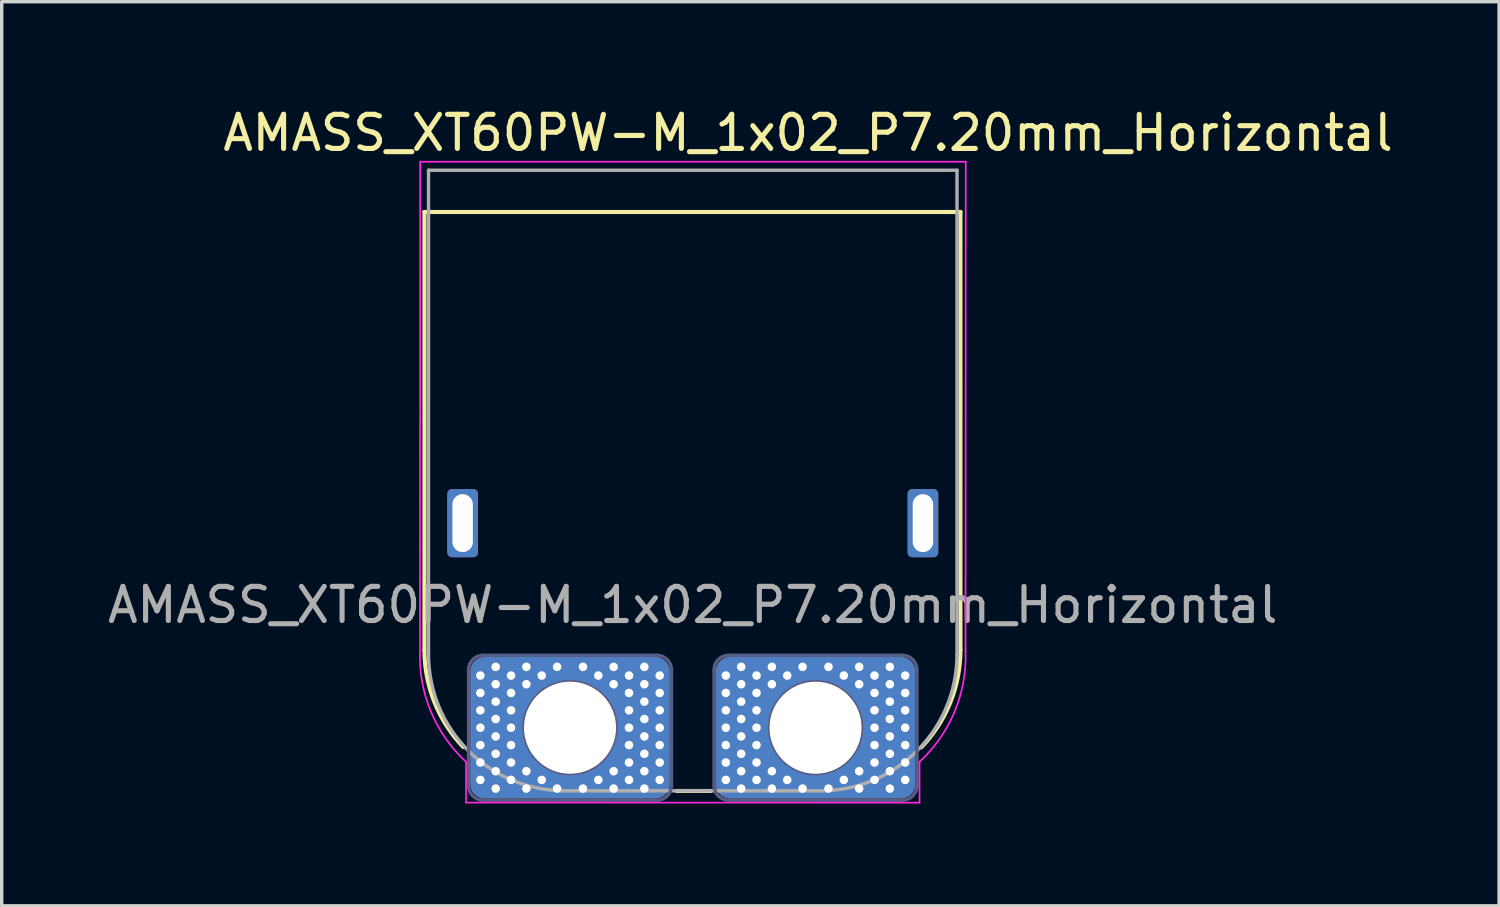
<source format=kicad_pcb>
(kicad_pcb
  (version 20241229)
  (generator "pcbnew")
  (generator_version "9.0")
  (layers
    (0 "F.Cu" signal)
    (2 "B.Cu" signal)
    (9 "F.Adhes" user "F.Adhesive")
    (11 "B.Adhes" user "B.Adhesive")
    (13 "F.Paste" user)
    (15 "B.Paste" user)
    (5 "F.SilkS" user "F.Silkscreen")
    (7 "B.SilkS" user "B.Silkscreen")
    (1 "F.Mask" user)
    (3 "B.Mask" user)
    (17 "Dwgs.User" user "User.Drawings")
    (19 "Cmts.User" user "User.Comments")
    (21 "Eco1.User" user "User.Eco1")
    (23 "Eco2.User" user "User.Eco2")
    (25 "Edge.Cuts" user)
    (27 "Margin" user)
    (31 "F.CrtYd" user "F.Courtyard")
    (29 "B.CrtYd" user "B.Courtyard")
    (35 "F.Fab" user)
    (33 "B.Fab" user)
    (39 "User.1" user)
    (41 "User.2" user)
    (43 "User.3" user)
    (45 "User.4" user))
  (footprint "AMASS_XT60PW-M_1x02_P7.20mm_Horizontal"
    (layer "F.Cu")
    (at 17.048 18.348)
    (property "Reference" "AMASS_XT60PW-M_1x02_P7.20mm_Horizontal" (at 3.6 -17.5 0) (layer "F.SilkS") (effects (font (size 1 1) (thickness 0.15))))
    (attr through_hole)
    (fp_line (start -7.65 -15.18) (end -7.65 -2.33) (stroke (width 0.12) (type solid)) (layer "F.SilkS"))
    (fp_line (start -7.65 -15.18) (end 8.07 -15.18) (stroke (width 0.12) (type solid)) (layer "F.SilkS"))
    (fp_line (start -0.25 1.8) (end 0.75 1.8) (stroke (width 0.12) (type solid)) (layer "F.SilkS"))
    (fp_line (start 8.07 -15.18) (end 8.07 -2.33) (stroke (width 0.12) (type solid)) (layer "F.SilkS"))
    (fp_arc (start -6.510712 0.510242) (mid -7.35456 -0.799889) (end -7.65 -2.33) (stroke (width 0.12) (type solid)) (layer "F.SilkS"))
    (fp_arc (start 8.07 -2.33) (mid 7.771963 -0.793432) (end 6.921075 0.520287) (stroke (width 0.12) (type solid)) (layer "F.SilkS"))
    (fp_line (start -7.774 -16.655) (end -7.78 -2.305) (stroke (width 0.05) (type solid)) (layer "F.CrtYd"))
    (fp_line (start -7.774 -16.655) (end 8.226 -16.655) (stroke (width 0.05) (type solid)) (layer "F.CrtYd"))
    (fp_line (start -6.43 0.945) (end -6.43 2.143) (stroke (width 0.05) (type solid)) (layer "F.CrtYd"))
    (fp_line (start 6.87 0.945) (end 6.87 2.143) (stroke (width 0.05) (type solid)) (layer "F.CrtYd"))
    (fp_line (start 6.87 2.143) (end -6.43 2.141) (stroke (width 0.05) (type solid)) (layer "F.CrtYd"))
    (fp_line (start 8.226 -16.655) (end 8.22 -2.305) (stroke (width 0.05) (type solid)) (layer "F.CrtYd"))
    (fp_arc (start -6.43 0.945) (mid -7.461743 -0.531815) (end -7.78 -2.305) (stroke (width 0.05) (type solid)) (layer "F.CrtYd"))
    (fp_arc (start 8.22 -2.305) (mid 7.901744 -0.531814) (end 6.87 0.945) (stroke (width 0.05) (type solid)) (layer "F.CrtYd"))
    (fp_line (start -6.355 1.645) (end -6.355 -1.755) (stroke (width 0.1) (type default)) (layer "B.Fab"))
    (fp_line (start -5.93 -2.18) (end -0.83 -2.18) (stroke (width 0.1) (type default)) (layer "B.Fab"))
    (fp_line (start -0.83 2.07) (end -5.93 2.07) (stroke (width 0.1) (type default)) (layer "B.Fab"))
    (fp_line (start -0.405 -1.755) (end -0.405 1.645) (stroke (width 0.1) (type default)) (layer "B.Fab"))
    (fp_line (start 0.845 1.645) (end 0.845 -1.755) (stroke (width 0.1) (type default)) (layer "B.Fab"))
    (fp_line (start 1.27 -2.18) (end 6.37 -2.18) (stroke (width 0.1) (type default)) (layer "B.Fab"))
    (fp_line (start 6.37 2.07) (end 1.27 2.07) (stroke (width 0.1) (type default)) (layer "B.Fab"))
    (fp_line (start 6.795 -1.755) (end 6.795 1.645) (stroke (width 0.1) (type default)) (layer "B.Fab"))
    (fp_arc (start -6.355 -1.755) (mid -6.23052 -2.05552) (end -5.93 -2.18) (stroke (width 0.1) (type default)) (layer "B.Fab"))
    (fp_arc (start -5.93 2.07) (mid -6.23052 1.94552) (end -6.355 1.645) (stroke (width 0.1) (type default)) (layer "B.Fab"))
    (fp_arc (start -0.83 -2.18) (mid -0.52948 -2.05552) (end -0.405 -1.755) (stroke (width 0.1) (type default)) (layer "B.Fab"))
    (fp_arc (start -0.405 1.645) (mid -0.52948 1.94552) (end -0.83 2.07) (stroke (width 0.1) (type default)) (layer "B.Fab"))
    (fp_arc (start 0.845 -1.755) (mid 0.96948 -2.05552) (end 1.27 -2.18) (stroke (width 0.1) (type default)) (layer "B.Fab"))
    (fp_arc (start 1.27 2.07) (mid 0.96948 1.94552) (end 0.845 1.645) (stroke (width 0.1) (type default)) (layer "B.Fab"))
    (fp_arc (start 6.37 -2.18) (mid 6.67052 -2.05552) (end 6.795 -1.755) (stroke (width 0.1) (type default)) (layer "B.Fab"))
    (fp_arc (start 6.795 1.645) (mid 6.67052 1.94552) (end 6.37 2.07) (stroke (width 0.1) (type default)) (layer "B.Fab"))
    (fp_circle (center -3.38 -0.055) (end -2.03 -0.055) (stroke (width 0.1) (type default)) (fill no) (layer "B.Fab"))
    (fp_circle (center 3.82 -0.055) (end 5.17 -0.055) (stroke (width 0.1) (type default)) (fill no) (layer "B.Fab"))
    (fp_line (start -7.53 -16.405) (end -7.53 -2.205) (stroke (width 0.1) (type solid)) (layer "F.Fab"))
    (fp_line (start -7.53 -16.405) (end 7.97 -16.405) (stroke (width 0.1) (type solid)) (layer "F.Fab"))
    (fp_line (start -3.53 1.795) (end 3.97 1.795) (stroke (width 0.1) (type solid)) (layer "F.Fab"))
    (fp_line (start 7.97 -16.405) (end 7.97 -2.205) (stroke (width 0.1) (type solid)) (layer "F.Fab"))
    (fp_arc (start -3.53 1.795) (mid -6.358427 0.623427) (end -7.53 -2.205) (stroke (width 0.1) (type solid)) (layer "F.Fab"))
    (fp_arc (start 7.97 -2.205) (mid 6.798427 0.623427) (end 3.97 1.795) (stroke (width 0.1) (type solid)) (layer "F.Fab"))
    (fp_circle (center -3.43 -0.055) (end -3.18 -0.055) (stroke (width 0.1) (type solid)) (fill no) (layer "F.Fab"))
    (fp_text user "${REFERENCE}" (at 0.22 -3.655 0) (layer "F.Fab") (effects (font (size 1 1) (thickness 0.15))))
    (pad "1" thru_hole circle (at -6.01 -1.585 90) (size 0.55 0.55) (drill 0.25) (layers "*.Cu"))
    (pad "1" thru_hole circle (at -6.01 -1.075 90) (size 0.55 0.55) (drill 0.25) (layers "*.Cu"))
    (pad "1" thru_hole circle (at -6.01 -0.565 90) (size 0.55 0.55) (drill 0.25) (layers "*.Cu"))
    (pad "1" thru_hole circle (at -6.01 -0.055 90) (size 0.55 0.55) (drill 0.25) (layers "*.Cu"))
    (pad "1" thru_hole circle (at -6.01 0.455 90) (size 0.55 0.55) (drill 0.25) (layers "*.Cu"))
    (pad "1" thru_hole circle (at -6.01 0.965 90) (size 0.55 0.55) (drill 0.25) (layers "*.Cu"))
    (pad "1" thru_hole circle (at -6.01 1.475 90) (size 0.55 0.55) (drill 0.25) (layers "*.Cu"))
    (pad "1" thru_hole circle (at -5.56 -1.84 90) (size 0.55 0.55) (drill 0.25) (layers "*.Cu"))
    (pad "1" thru_hole circle (at -5.56 -1.33 90) (size 0.55 0.55) (drill 0.25) (layers "*.Cu"))
    (pad "1" thru_hole circle (at -5.56 -0.82 90) (size 0.55 0.55) (drill 0.25) (layers "*.Cu"))
    (pad "1" thru_hole circle (at -5.56 -0.31 90) (size 0.55 0.55) (drill 0.25) (layers "*.Cu"))
    (pad "1" thru_hole circle (at -5.56 0.2 90) (size 0.55 0.55) (drill 0.25) (layers "*.Cu"))
    (pad "1" thru_hole circle (at -5.56 0.71 90) (size 0.55 0.55) (drill 0.25) (layers "*.Cu"))
    (pad "1" thru_hole circle (at -5.56 1.22 90) (size 0.55 0.55) (drill 0.25) (layers "*.Cu"))
    (pad "1" thru_hole circle (at -5.56 1.73 90) (size 0.55 0.55) (drill 0.25) (layers "*.Cu"))
    (pad "1" thru_hole circle (at -5.11 -1.585 90) (size 0.55 0.55) (drill 0.25) (layers "*.Cu"))
    (pad "1" thru_hole circle (at -5.11 -1.075 90) (size 0.55 0.55) (drill 0.25) (layers "*.Cu"))
    (pad "1" thru_hole circle (at -5.11 -0.565 90) (size 0.55 0.55) (drill 0.25) (layers "*.Cu"))
    (pad "1" thru_hole circle (at -5.11 -0.055 90) (size 0.55 0.55) (drill 0.25) (layers "*.Cu"))
    (pad "1" thru_hole circle (at -5.11 0.455 90) (size 0.55 0.55) (drill 0.25) (layers "*.Cu"))
    (pad "1" thru_hole circle (at -5.11 0.965 90) (size 0.55 0.55) (drill 0.25) (layers "*.Cu"))
    (pad "1" thru_hole circle (at -5.11 1.475 90) (size 0.55 0.55) (drill 0.25) (layers "*.Cu"))
    (pad "1" thru_hole circle (at -4.66 -1.84 90) (size 0.55 0.55) (drill 0.25) (layers "*.Cu"))
    (pad "1" thru_hole circle (at -4.66 -1.33 90) (size 0.55 0.55) (drill 0.25) (layers "*.Cu"))
    (pad "1" thru_hole circle (at -4.66 1.22 90) (size 0.55 0.55) (drill 0.25) (layers "*.Cu"))
    (pad "1" thru_hole circle (at -4.66 1.73 90) (size 0.55 0.55) (drill 0.25) (layers "*.Cu"))
    (pad "1" thru_hole circle (at -4.21 -1.585 90) (size 0.55 0.55) (drill 0.25) (layers "*.Cu"))
    (pad "1" thru_hole circle (at -4.21 1.475 90) (size 0.55 0.55) (drill 0.25) (layers "*.Cu"))
    (pad "1" thru_hole circle (at -3.76 -1.84 90) (size 0.55 0.55) (drill 0.25) (layers "*.Cu"))
    (pad "1" thru_hole circle (at -3.76 1.73 90) (size 0.55 0.55) (drill 0.25) (layers "*.Cu"))
    (pad "1" thru_hole roundrect (at -3.38 -0.055) (size 5.85 4.15) (drill 2.7) (layers "*.Cu" "*.Mask") (roundrect_rratio 0.1))
    (pad "1" thru_hole circle (at -3 -1.84 270) (size 0.55 0.55) (drill 0.25) (layers "*.Cu"))
    (pad "1" thru_hole circle (at -3 1.73 270) (size 0.55 0.55) (drill 0.25) (layers "*.Cu"))
    (pad "1" thru_hole circle (at -2.55 -1.585 270) (size 0.55 0.55) (drill 0.25) (layers "*.Cu"))
    (pad "1" thru_hole circle (at -2.55 1.475 270) (size 0.55 0.55) (drill 0.25) (layers "*.Cu"))
    (pad "1" thru_hole circle (at -2.1 -1.84 270) (size 0.55 0.55) (drill 0.25) (layers "*.Cu"))
    (pad "1" thru_hole circle (at -2.1 -1.33 270) (size 0.55 0.55) (drill 0.25) (layers "*.Cu"))
    (pad "1" thru_hole circle (at -2.1 1.22 270) (size 0.55 0.55) (drill 0.25) (layers "*.Cu"))
    (pad "1" thru_hole circle (at -2.1 1.73 270) (size 0.55 0.55) (drill 0.25) (layers "*.Cu"))
    (pad "1" thru_hole circle (at -1.65 -1.585 270) (size 0.55 0.55) (drill 0.25) (layers "*.Cu"))
    (pad "1" thru_hole circle (at -1.65 -1.075 270) (size 0.55 0.55) (drill 0.25) (layers "*.Cu"))
    (pad "1" thru_hole circle (at -1.65 -0.565 270) (size 0.55 0.55) (drill 0.25) (layers "*.Cu"))
    (pad "1" thru_hole circle (at -1.65 -0.055 270) (size 0.55 0.55) (drill 0.25) (layers "*.Cu"))
    (pad "1" thru_hole circle (at -1.65 0.455 270) (size 0.55 0.55) (drill 0.25) (layers "*.Cu"))
    (pad "1" thru_hole circle (at -1.65 0.965 270) (size 0.55 0.55) (drill 0.25) (layers "*.Cu"))
    (pad "1" thru_hole circle (at -1.65 1.475 270) (size 0.55 0.55) (drill 0.25) (layers "*.Cu"))
    (pad "1" thru_hole circle (at -1.2 -1.84 270) (size 0.55 0.55) (drill 0.25) (layers "*.Cu"))
    (pad "1" thru_hole circle (at -1.2 -1.33 270) (size 0.55 0.55) (drill 0.25) (layers "*.Cu"))
    (pad "1" thru_hole circle (at -1.2 -0.82 270) (size 0.55 0.55) (drill 0.25) (layers "*.Cu"))
    (pad "1" thru_hole circle (at -1.2 -0.31 270) (size 0.55 0.55) (drill 0.25) (layers "*.Cu"))
    (pad "1" thru_hole circle (at -1.2 0.2 270) (size 0.55 0.55) (drill 0.25) (layers "*.Cu"))
    (pad "1" thru_hole circle (at -1.2 0.71 270) (size 0.55 0.55) (drill 0.25) (layers "*.Cu"))
    (pad "1" thru_hole circle (at -1.2 1.22 270) (size 0.55 0.55) (drill 0.25) (layers "*.Cu"))
    (pad "1" thru_hole circle (at -1.2 1.73 270) (size 0.55 0.55) (drill 0.25) (layers "*.Cu"))
    (pad "1" thru_hole circle (at -0.75 -1.585 270) (size 0.55 0.55) (drill 0.25) (layers "*.Cu"))
    (pad "1" thru_hole circle (at -0.75 -1.075 270) (size 0.55 0.55) (drill 0.25) (layers "*.Cu"))
    (pad "1" thru_hole circle (at -0.75 -0.565 270) (size 0.55 0.55) (drill 0.25) (layers "*.Cu"))
    (pad "1" thru_hole circle (at -0.75 -0.055 270) (size 0.55 0.55) (drill 0.25) (layers "*.Cu"))
    (pad "1" thru_hole circle (at -0.75 0.455 270) (size 0.55 0.55) (drill 0.25) (layers "*.Cu"))
    (pad "1" thru_hole circle (at -0.75 0.965 270) (size 0.55 0.55) (drill 0.25) (layers "*.Cu"))
    (pad "1" thru_hole circle (at -0.75 1.475 270) (size 0.55 0.55) (drill 0.25) (layers "*.Cu"))
    (pad "2" thru_hole circle (at 1.19 -1.585 90) (size 0.55 0.55) (drill 0.25) (layers "*.Cu"))
    (pad "2" thru_hole circle (at 1.19 -1.075 90) (size 0.55 0.55) (drill 0.25) (layers "*.Cu"))
    (pad "2" thru_hole circle (at 1.19 -0.565 90) (size 0.55 0.55) (drill 0.25) (layers "*.Cu"))
    (pad "2" thru_hole circle (at 1.19 -0.055 90) (size 0.55 0.55) (drill 0.25) (layers "*.Cu"))
    (pad "2" thru_hole circle (at 1.19 0.455 90) (size 0.55 0.55) (drill 0.25) (layers "*.Cu"))
    (pad "2" thru_hole circle (at 1.19 0.965 90) (size 0.55 0.55) (drill 0.25) (layers "*.Cu"))
    (pad "2" thru_hole circle (at 1.19 1.475 90) (size 0.55 0.55) (drill 0.25) (layers "*.Cu"))
    (pad "2" thru_hole circle (at 1.64 -1.84 90) (size 0.55 0.55) (drill 0.25) (layers "*.Cu"))
    (pad "2" thru_hole circle (at 1.64 -1.33 90) (size 0.55 0.55) (drill 0.25) (layers "*.Cu"))
    (pad "2" thru_hole circle (at 1.64 -0.82 90) (size 0.55 0.55) (drill 0.25) (layers "*.Cu"))
    (pad "2" thru_hole circle (at 1.64 -0.31 90) (size 0.55 0.55) (drill 0.25) (layers "*.Cu"))
    (pad "2" thru_hole circle (at 1.64 0.2 90) (size 0.55 0.55) (drill 0.25) (layers "*.Cu"))
    (pad "2" thru_hole circle (at 1.64 0.71 90) (size 0.55 0.55) (drill 0.25) (layers "*.Cu"))
    (pad "2" thru_hole circle (at 1.64 1.22 90) (size 0.55 0.55) (drill 0.25) (layers "*.Cu"))
    (pad "2" thru_hole circle (at 1.64 1.73 90) (size 0.55 0.55) (drill 0.25) (layers "*.Cu"))
    (pad "2" thru_hole circle (at 2.09 -1.585 90) (size 0.55 0.55) (drill 0.25) (layers "*.Cu"))
    (pad "2" thru_hole circle (at 2.09 -1.075 90) (size 0.55 0.55) (drill 0.25) (layers "*.Cu"))
    (pad "2" thru_hole circle (at 2.09 -0.565 90) (size 0.55 0.55) (drill 0.25) (layers "*.Cu"))
    (pad "2" thru_hole circle (at 2.09 -0.055 90) (size 0.55 0.55) (drill 0.25) (layers "*.Cu"))
    (pad "2" thru_hole circle (at 2.09 0.455 90) (size 0.55 0.55) (drill 0.25) (layers "*.Cu"))
    (pad "2" thru_hole circle (at 2.09 0.965 90) (size 0.55 0.55) (drill 0.25) (layers "*.Cu"))
    (pad "2" thru_hole circle (at 2.09 1.475 90) (size 0.55 0.55) (drill 0.25) (layers "*.Cu"))
    (pad "2" thru_hole circle (at 2.54 -1.84 90) (size 0.55 0.55) (drill 0.25) (layers "*.Cu"))
    (pad "2" thru_hole circle (at 2.54 -1.33 90) (size 0.55 0.55) (drill 0.25) (layers "*.Cu"))
    (pad "2" thru_hole circle (at 2.54 1.22 90) (size 0.55 0.55) (drill 0.25) (layers "*.Cu"))
    (pad "2" thru_hole circle (at 2.54 1.73 90) (size 0.55 0.55) (drill 0.25) (layers "*.Cu"))
    (pad "2" thru_hole circle (at 2.99 -1.585 90) (size 0.55 0.55) (drill 0.25) (layers "*.Cu"))
    (pad "2" thru_hole circle (at 2.99 1.475 90) (size 0.55 0.55) (drill 0.25) (layers "*.Cu"))
    (pad "2" thru_hole circle (at 3.44 -1.84 90) (size 0.55 0.55) (drill 0.25) (layers "*.Cu"))
    (pad "2" thru_hole circle (at 3.44 1.73 90) (size 0.55 0.55) (drill 0.25) (layers "*.Cu"))
    (pad "2" thru_hole roundrect (at 3.82 -0.055) (size 5.85 4.15) (drill 2.7) (layers "*.Cu" "*.Mask") (roundrect_rratio 0.1))
    (pad "2" thru_hole circle (at 4.2 -1.84 270) (size 0.55 0.55) (drill 0.25) (layers "*.Cu"))
    (pad "2" thru_hole circle (at 4.2 1.73 270) (size 0.55 0.55) (drill 0.25) (layers "*.Cu"))
    (pad "2" thru_hole circle (at 4.65 -1.585 270) (size 0.55 0.55) (drill 0.25) (layers "*.Cu"))
    (pad "2" thru_hole circle (at 4.65 1.475 270) (size 0.55 0.55) (drill 0.25) (layers "*.Cu"))
    (pad "2" thru_hole circle (at 5.1 -1.84 270) (size 0.55 0.55) (drill 0.25) (layers "*.Cu"))
    (pad "2" thru_hole circle (at 5.1 -1.33 270) (size 0.55 0.55) (drill 0.25) (layers "*.Cu"))
    (pad "2" thru_hole circle (at 5.1 1.22 270) (size 0.55 0.55) (drill 0.25) (layers "*.Cu"))
    (pad "2" thru_hole circle (at 5.1 1.73 270) (size 0.55 0.55) (drill 0.25) (layers "*.Cu"))
    (pad "2" thru_hole circle (at 5.55 -1.585 270) (size 0.55 0.55) (drill 0.25) (layers "*.Cu"))
    (pad "2" thru_hole circle (at 5.55 -1.075 270) (size 0.55 0.55) (drill 0.25) (layers "*.Cu"))
    (pad "2" thru_hole circle (at 5.55 -0.565 270) (size 0.55 0.55) (drill 0.25) (layers "*.Cu"))
    (pad "2" thru_hole circle (at 5.55 -0.055 270) (size 0.55 0.55) (drill 0.25) (layers "*.Cu"))
    (pad "2" thru_hole circle (at 5.55 0.455 270) (size 0.55 0.55) (drill 0.25) (layers "*.Cu"))
    (pad "2" thru_hole circle (at 5.55 0.965 270) (size 0.55 0.55) (drill 0.25) (layers "*.Cu"))
    (pad "2" thru_hole circle (at 5.55 1.475 270) (size 0.55 0.55) (drill 0.25) (layers "*.Cu"))
    (pad "2" thru_hole circle (at 6 -1.84 270) (size 0.55 0.55) (drill 0.25) (layers "*.Cu"))
    (pad "2" thru_hole circle (at 6 -1.33 270) (size 0.55 0.55) (drill 0.25) (layers "*.Cu"))
    (pad "2" thru_hole circle (at 6 -0.82 270) (size 0.55 0.55) (drill 0.25) (layers "*.Cu"))
    (pad "2" thru_hole circle (at 6 -0.31 270) (size 0.55 0.55) (drill 0.25) (layers "*.Cu"))
    (pad "2" thru_hole circle (at 6 0.2 270) (size 0.55 0.55) (drill 0.25) (layers "*.Cu"))
    (pad "2" thru_hole circle (at 6 0.71 270) (size 0.55 0.55) (drill 0.25) (layers "*.Cu"))
    (pad "2" thru_hole circle (at 6 1.22 270) (size 0.55 0.55) (drill 0.25) (layers "*.Cu"))
    (pad "2" thru_hole circle (at 6 1.73 270) (size 0.55 0.55) (drill 0.25) (layers "*.Cu"))
    (pad "2" thru_hole circle (at 6.45 -1.585 270) (size 0.55 0.55) (drill 0.25) (layers "*.Cu"))
    (pad "2" thru_hole circle (at 6.45 -1.075 270) (size 0.55 0.55) (drill 0.25) (layers "*.Cu"))
    (pad "2" thru_hole circle (at 6.45 -0.565 270) (size 0.55 0.55) (drill 0.25) (layers "*.Cu"))
    (pad "2" thru_hole circle (at 6.45 -0.055 270) (size 0.55 0.55) (drill 0.25) (layers "*.Cu"))
    (pad "2" thru_hole circle (at 6.45 0.455 270) (size 0.55 0.55) (drill 0.25) (layers "*.Cu"))
    (pad "2" thru_hole circle (at 6.45 0.965 270) (size 0.55 0.55) (drill 0.25) (layers "*.Cu"))
    (pad "2" thru_hole circle (at 6.45 1.475 270) (size 0.55 0.55) (drill 0.25) (layers "*.Cu"))
    (pad "MP1" thru_hole roundrect (at -6.53 -6.055) (size 0.9 2) (drill oval 0.6 1.7) (layers "*.Cu" "*.Mask") (roundrect_rratio 0.15))
    (pad "MP2" thru_hole roundrect (at 6.97 -6.055) (size 0.9 2) (drill oval 0.6 1.7) (layers "*.Cu" "*.Mask") (roundrect_rratio 0.15)))
  (gr_rect
    (start -3 -3)
    (end 40.916 23.516)
    (stroke (width 0.1) (type default))
    (fill no)
    (layer "Edge.Cuts")))
</source>
